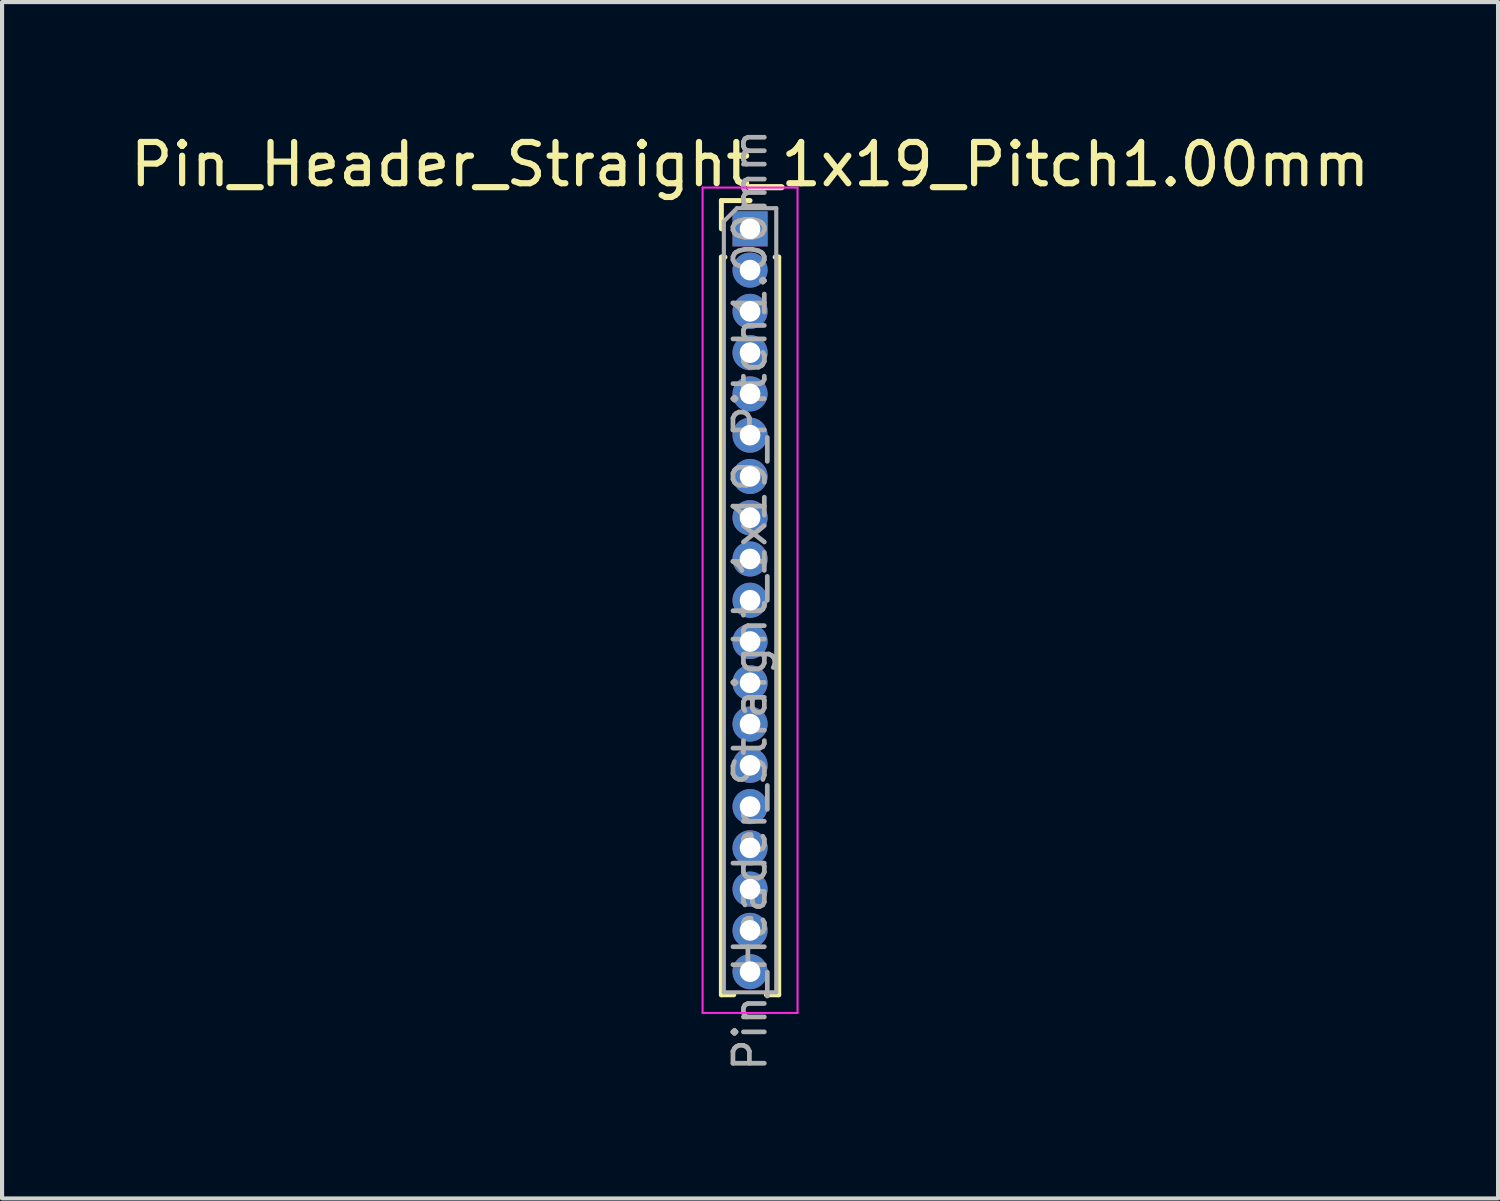
<source format=kicad_pcb>
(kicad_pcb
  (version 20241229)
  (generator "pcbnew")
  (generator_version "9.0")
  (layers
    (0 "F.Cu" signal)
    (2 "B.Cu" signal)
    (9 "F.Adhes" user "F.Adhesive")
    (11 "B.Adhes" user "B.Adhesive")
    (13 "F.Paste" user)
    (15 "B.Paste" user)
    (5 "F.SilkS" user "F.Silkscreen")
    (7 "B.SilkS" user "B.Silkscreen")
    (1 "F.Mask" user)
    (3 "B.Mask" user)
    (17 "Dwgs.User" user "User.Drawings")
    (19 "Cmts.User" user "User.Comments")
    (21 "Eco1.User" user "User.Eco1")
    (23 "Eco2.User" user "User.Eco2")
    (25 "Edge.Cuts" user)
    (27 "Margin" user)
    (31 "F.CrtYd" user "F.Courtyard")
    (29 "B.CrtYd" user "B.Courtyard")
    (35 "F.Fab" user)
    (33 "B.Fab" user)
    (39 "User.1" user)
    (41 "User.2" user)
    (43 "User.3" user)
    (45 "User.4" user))
  (footprint "Pin_Header_Straight_1x19_Pitch1.00mm"
    (layer "F.Cu")
    (at 15.125 2.495)
    (property "Reference" "Pin_Header_Straight_1x19_Pitch1.00mm" (at 0 -1.56 0) (layer "F.SilkS") (effects (font (size 1 1) (thickness 0.15))))
    (attr through_hole)
    (fp_line (start -0.695 -0.685) (end 0 -0.685) (stroke (width 0.12) (type solid)) (layer "F.SilkS"))
    (fp_line (start -0.695 0) (end -0.695 -0.685) (stroke (width 0.12) (type solid)) (layer "F.SilkS"))
    (fp_line (start -0.695 0.685) (end -0.695 18.56) (stroke (width 0.12) (type solid)) (layer "F.SilkS"))
    (fp_line (start -0.695 0.685) (end -0.608 0.685) (stroke (width 0.12) (type solid)) (layer "F.SilkS"))
    (fp_line (start -0.695 18.56) (end -0.394 18.56) (stroke (width 0.12) (type solid)) (layer "F.SilkS"))
    (fp_line (start 0.394 18.56) (end 0.695 18.56) (stroke (width 0.12) (type solid)) (layer "F.SilkS"))
    (fp_line (start 0.608 0.685) (end 0.695 0.685) (stroke (width 0.12) (type solid)) (layer "F.SilkS"))
    (fp_line (start 0.695 0.685) (end 0.695 18.56) (stroke (width 0.12) (type solid)) (layer "F.SilkS"))
    (fp_line (start -1.15 -1) (end -1.15 19) (stroke (width 0.05) (type solid)) (layer "F.CrtYd"))
    (fp_line (start -1.15 19) (end 1.15 19) (stroke (width 0.05) (type solid)) (layer "F.CrtYd"))
    (fp_line (start 1.15 -1) (end -1.15 -1) (stroke (width 0.05) (type solid)) (layer "F.CrtYd"))
    (fp_line (start 1.15 19) (end 1.15 -1) (stroke (width 0.05) (type solid)) (layer "F.CrtYd"))
    (fp_line (start -0.635 -0.182) (end -0.318 -0.5) (stroke (width 0.1) (type solid)) (layer "F.Fab"))
    (fp_line (start -0.635 18.5) (end -0.635 -0.182) (stroke (width 0.1) (type solid)) (layer "F.Fab"))
    (fp_line (start -0.318 -0.5) (end 0.635 -0.5) (stroke (width 0.1) (type solid)) (layer "F.Fab"))
    (fp_line (start 0.635 -0.5) (end 0.635 18.5) (stroke (width 0.1) (type solid)) (layer "F.Fab"))
    (fp_line (start 0.635 18.5) (end -0.635 18.5) (stroke (width 0.1) (type solid)) (layer "F.Fab"))
    (fp_text user "${REFERENCE}" (at 0 9 90) (layer "F.Fab") (effects (font (size 0.76 0.76) (thickness 0.114))))
    (pad "1" thru_hole rect (at 0 0) (size 0.85 0.85) (drill 0.5) (layers "*.Cu" "*.Mask"))
    (pad "2" thru_hole oval (at 0 1) (size 0.85 0.85) (drill 0.5) (layers "*.Cu" "*.Mask"))
    (pad "3" thru_hole oval (at 0 2) (size 0.85 0.85) (drill 0.5) (layers "*.Cu" "*.Mask"))
    (pad "4" thru_hole oval (at 0 3) (size 0.85 0.85) (drill 0.5) (layers "*.Cu" "*.Mask"))
    (pad "5" thru_hole oval (at 0 4) (size 0.85 0.85) (drill 0.5) (layers "*.Cu" "*.Mask"))
    (pad "6" thru_hole oval (at 0 5) (size 0.85 0.85) (drill 0.5) (layers "*.Cu" "*.Mask"))
    (pad "7" thru_hole oval (at 0 6) (size 0.85 0.85) (drill 0.5) (layers "*.Cu" "*.Mask"))
    (pad "8" thru_hole oval (at 0 7) (size 0.85 0.85) (drill 0.5) (layers "*.Cu" "*.Mask"))
    (pad "9" thru_hole oval (at 0 8) (size 0.85 0.85) (drill 0.5) (layers "*.Cu" "*.Mask"))
    (pad "10" thru_hole oval (at 0 9) (size 0.85 0.85) (drill 0.5) (layers "*.Cu" "*.Mask"))
    (pad "11" thru_hole oval (at 0 10) (size 0.85 0.85) (drill 0.5) (layers "*.Cu" "*.Mask"))
    (pad "12" thru_hole oval (at 0 11) (size 0.85 0.85) (drill 0.5) (layers "*.Cu" "*.Mask"))
    (pad "13" thru_hole oval (at 0 12) (size 0.85 0.85) (drill 0.5) (layers "*.Cu" "*.Mask"))
    (pad "14" thru_hole oval (at 0 13) (size 0.85 0.85) (drill 0.5) (layers "*.Cu" "*.Mask"))
    (pad "15" thru_hole oval (at 0 14) (size 0.85 0.85) (drill 0.5) (layers "*.Cu" "*.Mask"))
    (pad "16" thru_hole oval (at 0 15) (size 0.85 0.85) (drill 0.5) (layers "*.Cu" "*.Mask"))
    (pad "17" thru_hole oval (at 0 16) (size 0.85 0.85) (drill 0.5) (layers "*.Cu" "*.Mask"))
    (pad "18" thru_hole oval (at 0 17) (size 0.85 0.85) (drill 0.5) (layers "*.Cu" "*.Mask"))
    (pad "19" thru_hole oval (at 0 18) (size 0.85 0.85) (drill 0.5) (layers "*.Cu" "*.Mask")))
  (gr_rect
    (start -3 -3)
    (end 33.25 25.99)
    (stroke (width 0.1) (type default))
    (fill no)
    (layer "Edge.Cuts")))
</source>
